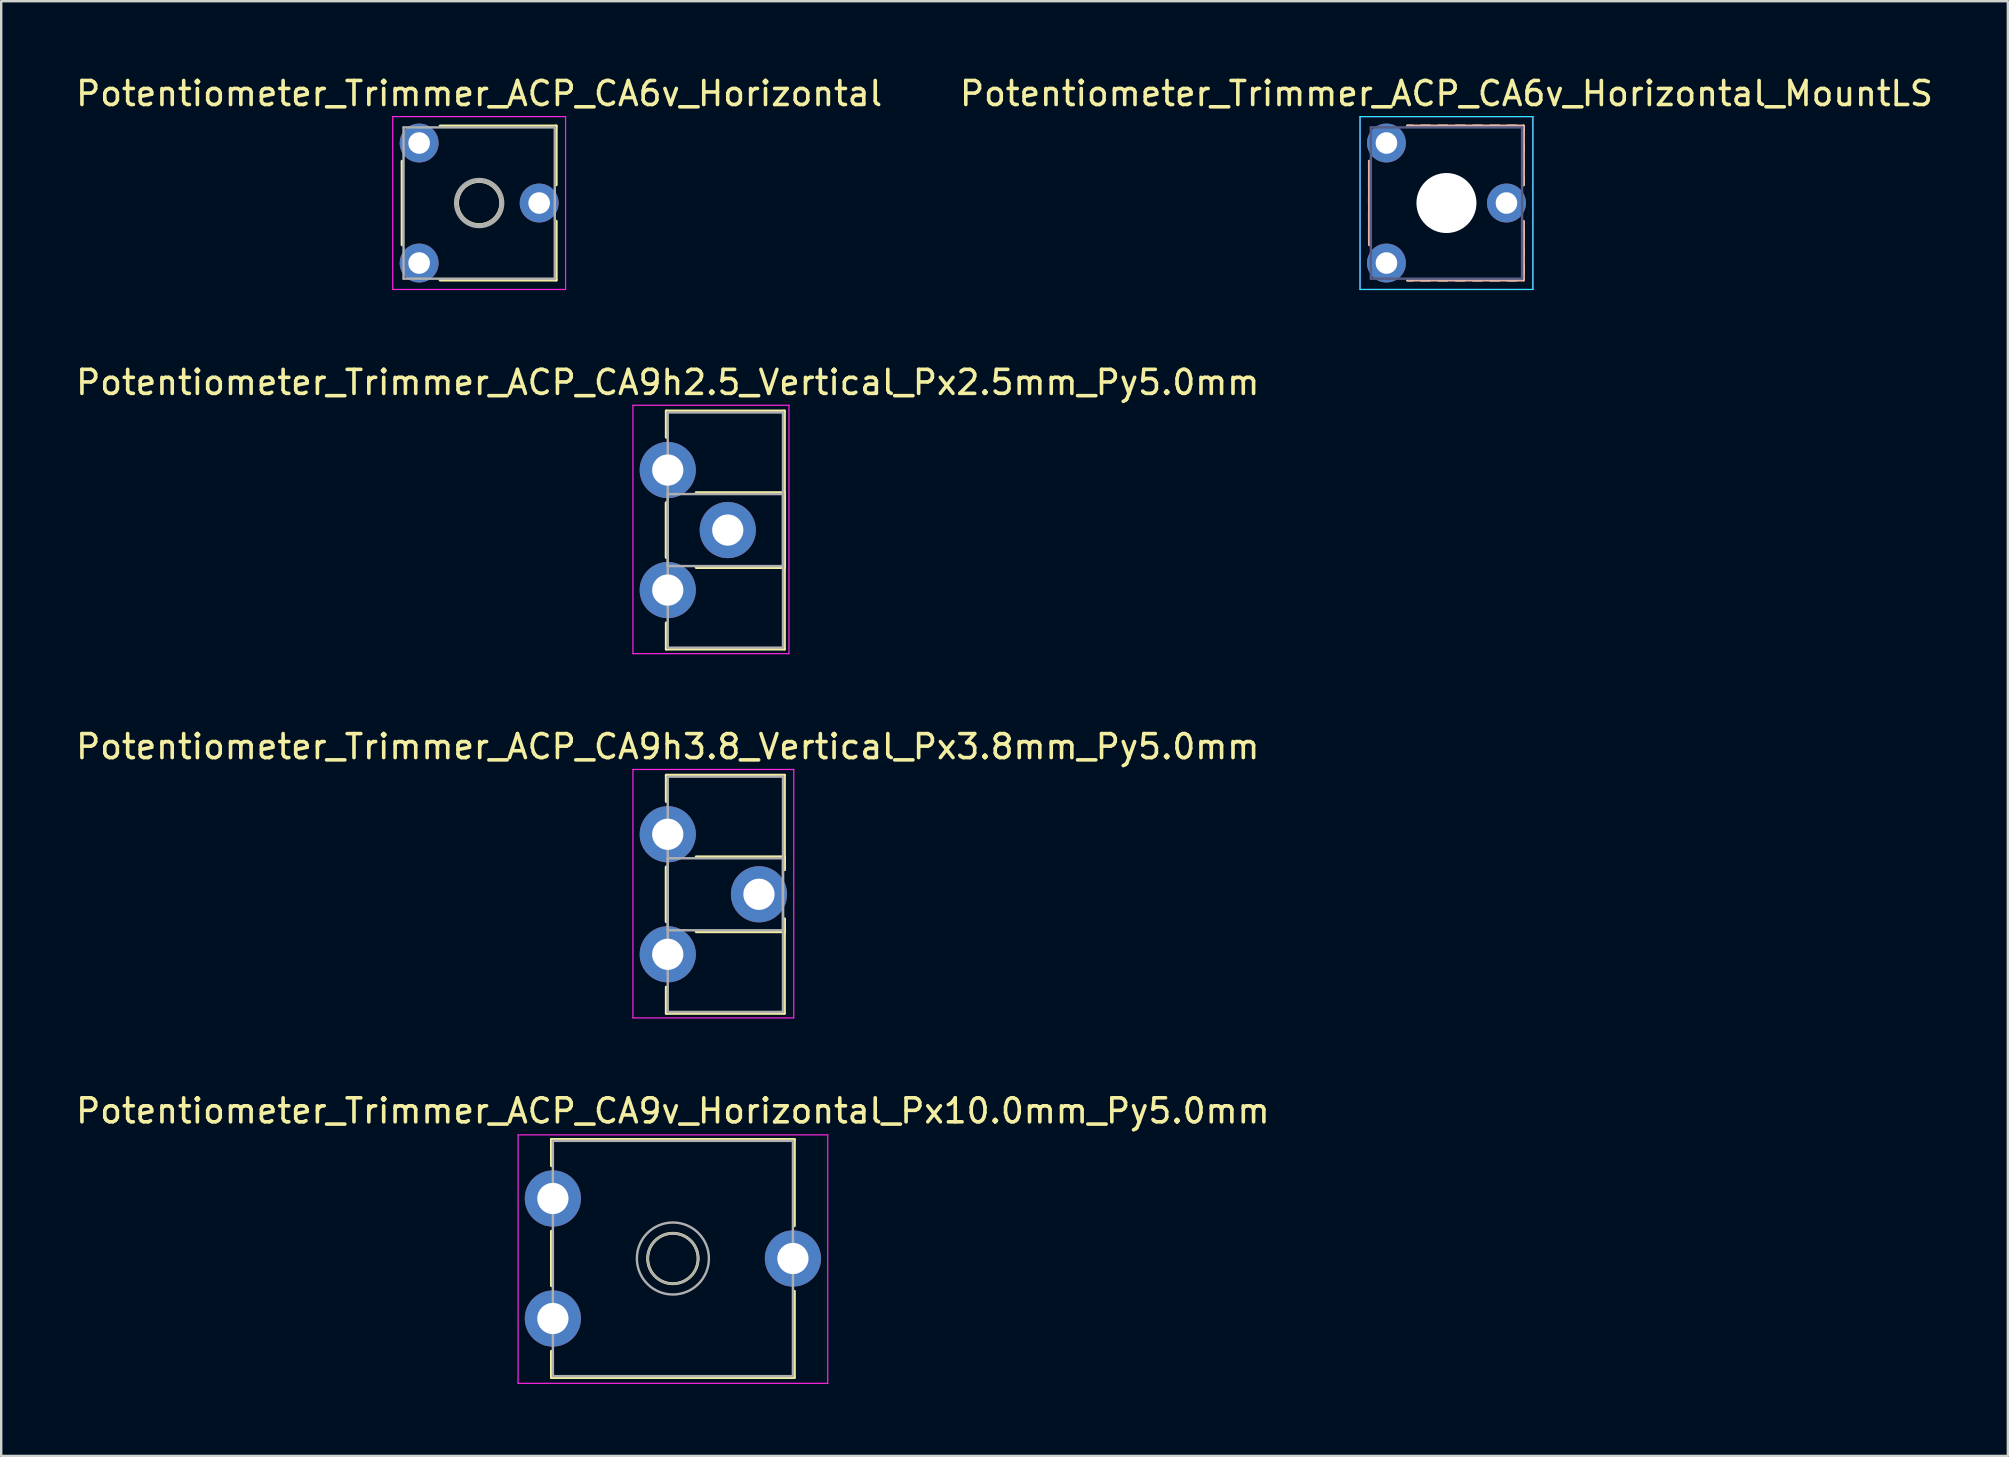
<source format=kicad_pcb>
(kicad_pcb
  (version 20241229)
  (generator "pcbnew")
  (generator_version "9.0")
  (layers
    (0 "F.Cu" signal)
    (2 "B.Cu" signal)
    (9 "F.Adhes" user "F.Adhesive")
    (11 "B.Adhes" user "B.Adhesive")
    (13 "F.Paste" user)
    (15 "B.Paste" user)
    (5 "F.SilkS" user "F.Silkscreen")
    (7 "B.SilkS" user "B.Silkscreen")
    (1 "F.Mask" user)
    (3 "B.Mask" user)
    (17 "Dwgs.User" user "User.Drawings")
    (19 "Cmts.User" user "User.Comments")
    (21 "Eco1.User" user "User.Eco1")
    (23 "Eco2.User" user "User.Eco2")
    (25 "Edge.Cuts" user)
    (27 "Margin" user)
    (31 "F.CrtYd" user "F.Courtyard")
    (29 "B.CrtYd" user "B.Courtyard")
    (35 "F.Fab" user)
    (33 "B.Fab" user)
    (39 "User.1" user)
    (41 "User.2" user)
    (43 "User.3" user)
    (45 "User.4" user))
  (footprint "Potentiometer_Trimmer_ACP_CA9h2.5_Vertical_Px2.5mm_Py5.0mm"
    (layer "F.Cu")
    (at 24.768 16.532)
    (property "Reference" "Potentiometer_Trimmer_ACP_CA9h2.5_Vertical_Px2.5mm_Py5.0mm" (at 0 -3.65 0) (layer "F.SilkS") (effects (font (size 1 1) (thickness 0.15))))
    (attr through_hole)
    (fp_line (start -0.061 -2.461) (end -0.061 -1.365) (stroke (width 0.12) (type solid)) (layer "F.SilkS"))
    (fp_line (start -0.061 -2.461) (end 4.86 -2.461) (stroke (width 0.12) (type solid)) (layer "F.SilkS"))
    (fp_line (start -0.061 1.365) (end -0.061 3.635) (stroke (width 0.12) (type solid)) (layer "F.SilkS"))
    (fp_line (start -0.061 1.365) (end -0.061 3.635) (stroke (width 0.12) (type solid)) (layer "F.SilkS"))
    (fp_line (start -0.061 6.365) (end -0.061 7.46) (stroke (width 0.12) (type solid)) (layer "F.SilkS"))
    (fp_line (start -0.061 7.46) (end 4.86 7.46) (stroke (width 0.12) (type solid)) (layer "F.SilkS"))
    (fp_line (start 1.185 0.94) (end 4.86 0.94) (stroke (width 0.12) (type solid)) (layer "F.SilkS"))
    (fp_line (start 1.185 4.061) (end 4.86 4.061) (stroke (width 0.12) (type solid)) (layer "F.SilkS"))
    (fp_line (start 4.86 -2.461) (end 4.86 7.46) (stroke (width 0.12) (type solid)) (layer "F.SilkS"))
    (fp_line (start 4.86 0.94) (end 4.86 4.061) (stroke (width 0.12) (type solid)) (layer "F.SilkS"))
    (fp_line (start -1.45 -2.7) (end -1.45 7.65) (stroke (width 0.05) (type solid)) (layer "F.CrtYd"))
    (fp_line (start -1.45 7.65) (end 5.05 7.65) (stroke (width 0.05) (type solid)) (layer "F.CrtYd"))
    (fp_line (start 5.05 -2.7) (end -1.45 -2.7) (stroke (width 0.05) (type solid)) (layer "F.CrtYd"))
    (fp_line (start 5.05 7.65) (end 5.05 -2.7) (stroke (width 0.05) (type solid)) (layer "F.CrtYd"))
    (fp_line (start 0 -2.4) (end 4.8 -2.4) (stroke (width 0.1) (type solid)) (layer "F.Fab"))
    (fp_line (start 0 1) (end 0 4) (stroke (width 0.1) (type solid)) (layer "F.Fab"))
    (fp_line (start 0 4) (end 4.8 4) (stroke (width 0.1) (type solid)) (layer "F.Fab"))
    (fp_line (start 0 7.4) (end 0 -2.4) (stroke (width 0.1) (type solid)) (layer "F.Fab"))
    (fp_line (start 4.8 -2.4) (end 4.8 7.4) (stroke (width 0.1) (type solid)) (layer "F.Fab"))
    (fp_line (start 4.8 1) (end 0 1) (stroke (width 0.1) (type solid)) (layer "F.Fab"))
    (fp_line (start 4.8 4) (end 4.8 1) (stroke (width 0.1) (type solid)) (layer "F.Fab"))
    (fp_line (start 4.8 7.4) (end 0 7.4) (stroke (width 0.1) (type solid)) (layer "F.Fab"))
    (pad "1" thru_hole circle (at 0 0) (size 2.34 2.34) (drill 1.3) (layers "*.Cu" "*.Mask"))
    (pad "2" thru_hole circle (at 2.5 2.5) (size 2.34 2.34) (drill 1.3) (layers "*.Cu" "*.Mask"))
    (pad "3" thru_hole circle (at 0 5) (size 2.34 2.34) (drill 1.3) (layers "*.Cu" "*.Mask")))
  (footprint "Potentiometer_Trimmer_ACP_CA9h3.8_Vertical_Px3.8mm_Py5.0mm"
    (layer "F.Cu")
    (at 24.768 31.705)
    (property "Reference" "Potentiometer_Trimmer_ACP_CA9h3.8_Vertical_Px3.8mm_Py5.0mm" (at 0 -3.65 0) (layer "F.SilkS") (effects (font (size 1 1) (thickness 0.15))))
    (attr through_hole)
    (fp_line (start -0.061 -2.461) (end -0.061 -1.365) (stroke (width 0.12) (type solid)) (layer "F.SilkS"))
    (fp_line (start -0.061 -2.461) (end 4.86 -2.461) (stroke (width 0.12) (type solid)) (layer "F.SilkS"))
    (fp_line (start -0.061 1.365) (end -0.061 3.635) (stroke (width 0.12) (type solid)) (layer "F.SilkS"))
    (fp_line (start -0.061 1.365) (end -0.061 3.635) (stroke (width 0.12) (type solid)) (layer "F.SilkS"))
    (fp_line (start -0.061 6.365) (end -0.061 7.46) (stroke (width 0.12) (type solid)) (layer "F.SilkS"))
    (fp_line (start -0.061 7.46) (end 4.86 7.46) (stroke (width 0.12) (type solid)) (layer "F.SilkS"))
    (fp_line (start 1.185 0.94) (end 4.86 0.94) (stroke (width 0.12) (type solid)) (layer "F.SilkS"))
    (fp_line (start 1.185 4.061) (end 4.86 4.061) (stroke (width 0.12) (type solid)) (layer "F.SilkS"))
    (fp_line (start 4.86 -2.461) (end 4.86 1.473) (stroke (width 0.12) (type solid)) (layer "F.SilkS"))
    (fp_line (start 4.86 0.94) (end 4.86 1.473) (stroke (width 0.12) (type solid)) (layer "F.SilkS"))
    (fp_line (start 4.86 3.528) (end 4.86 4.061) (stroke (width 0.12) (type solid)) (layer "F.SilkS"))
    (fp_line (start 4.86 3.528) (end 4.86 7.46) (stroke (width 0.12) (type solid)) (layer "F.SilkS"))
    (fp_line (start -1.45 -2.7) (end -1.45 7.65) (stroke (width 0.05) (type solid)) (layer "F.CrtYd"))
    (fp_line (start -1.45 7.65) (end 5.25 7.65) (stroke (width 0.05) (type solid)) (layer "F.CrtYd"))
    (fp_line (start 5.25 -2.7) (end -1.45 -2.7) (stroke (width 0.05) (type solid)) (layer "F.CrtYd"))
    (fp_line (start 5.25 7.65) (end 5.25 -2.7) (stroke (width 0.05) (type solid)) (layer "F.CrtYd"))
    (fp_line (start 0 -2.4) (end 4.8 -2.4) (stroke (width 0.1) (type solid)) (layer "F.Fab"))
    (fp_line (start 0 1) (end 0 4) (stroke (width 0.1) (type solid)) (layer "F.Fab"))
    (fp_line (start 0 4) (end 4.8 4) (stroke (width 0.1) (type solid)) (layer "F.Fab"))
    (fp_line (start 0 7.4) (end 0 -2.4) (stroke (width 0.1) (type solid)) (layer "F.Fab"))
    (fp_line (start 4.8 -2.4) (end 4.8 7.4) (stroke (width 0.1) (type solid)) (layer "F.Fab"))
    (fp_line (start 4.8 1) (end 0 1) (stroke (width 0.1) (type solid)) (layer "F.Fab"))
    (fp_line (start 4.8 4) (end 4.8 1) (stroke (width 0.1) (type solid)) (layer "F.Fab"))
    (fp_line (start 4.8 7.4) (end 0 7.4) (stroke (width 0.1) (type solid)) (layer "F.Fab"))
    (pad "1" thru_hole circle (at 0 0) (size 2.34 2.34) (drill 1.3) (layers "*.Cu" "*.Mask"))
    (pad "2" thru_hole circle (at 3.8 2.5) (size 2.34 2.34) (drill 1.3) (layers "*.Cu" "*.Mask"))
    (pad "3" thru_hole circle (at 0 5) (size 2.34 2.34) (drill 1.3) (layers "*.Cu" "*.Mask")))
  (footprint "Potentiometer_Trimmer_ACP_CA9v_Horizontal_Px10.0mm_Py5.0mm"
    (layer "F.Cu")
    (at 19.982 51.878)
    (property "Reference" "Potentiometer_Trimmer_ACP_CA9v_Horizontal_Px10.0mm_Py5.0mm" (at 5 -8.65 0) (layer "F.SilkS") (effects (font (size 1 1) (thickness 0.15))))
    (attr through_hole)
    (fp_line (start -0.06 -7.461) (end -0.06 -6.365) (stroke (width 0.12) (type solid)) (layer "F.SilkS"))
    (fp_line (start -0.06 -7.461) (end 10.06 -7.461) (stroke (width 0.12) (type solid)) (layer "F.SilkS"))
    (fp_line (start -0.06 -3.635) (end -0.06 -1.365) (stroke (width 0.12) (type solid)) (layer "F.SilkS"))
    (fp_line (start -0.06 1.365) (end -0.06 2.46) (stroke (width 0.12) (type solid)) (layer "F.SilkS"))
    (fp_line (start -0.06 2.46) (end 10.06 2.46) (stroke (width 0.12) (type solid)) (layer "F.SilkS"))
    (fp_line (start 10.06 -7.461) (end 10.06 -3.865) (stroke (width 0.12) (type solid)) (layer "F.SilkS"))
    (fp_line (start 10.06 -1.135) (end 10.06 2.46) (stroke (width 0.12) (type solid)) (layer "F.SilkS"))
    (fp_circle (center 5 -2.5) (end 6.05 -2.5) (stroke (width 0.12) (type solid)) (fill no) (layer "F.SilkS"))
    (fp_line (start -1.45 -7.65) (end -1.45 2.7) (stroke (width 0.05) (type solid)) (layer "F.CrtYd"))
    (fp_line (start -1.45 2.7) (end 11.45 2.7) (stroke (width 0.05) (type solid)) (layer "F.CrtYd"))
    (fp_line (start 11.45 -7.65) (end -1.45 -7.65) (stroke (width 0.05) (type solid)) (layer "F.CrtYd"))
    (fp_line (start 11.45 2.7) (end 11.45 -7.65) (stroke (width 0.05) (type solid)) (layer "F.CrtYd"))
    (fp_line (start 0 -7.4) (end 0 2.4) (stroke (width 0.1) (type solid)) (layer "F.Fab"))
    (fp_line (start 0 2.4) (end 10 2.4) (stroke (width 0.1) (type solid)) (layer "F.Fab"))
    (fp_line (start 10 -7.4) (end 0 -7.4) (stroke (width 0.1) (type solid)) (layer "F.Fab"))
    (fp_line (start 10 2.4) (end 10 -7.4) (stroke (width 0.1) (type solid)) (layer "F.Fab"))
    (fp_circle (center 5 -2.5) (end 6.05 -2.5) (stroke (width 0.1) (type solid)) (fill no) (layer "F.Fab"))
    (fp_circle (center 5 -2.5) (end 6.5 -2.5) (stroke (width 0.1) (type solid)) (fill no) (layer "F.Fab"))
    (pad "1" thru_hole circle (at 0 0) (size 2.34 2.34) (drill 1.3) (layers "*.Cu" "*.Mask"))
    (pad "2" thru_hole circle (at 10 -2.5) (size 2.34 2.34) (drill 1.3) (layers "*.Cu" "*.Mask"))
    (pad "3" thru_hole circle (at 0 -5) (size 2.34 2.34) (drill 1.3) (layers "*.Cu" "*.Mask")))
  (footprint "Potentiometer_Trimmer_ACP_CA6v_Horizontal"
    (layer "F.Cu")
    (at 14.411 7.908)
    (property "Reference" "Potentiometer_Trimmer_ACP_CA6v_Horizontal" (at 2.5 -7.06 0) (layer "F.SilkS") (effects (font (size 1 1) (thickness 0.15))))
    (attr through_hole)
    (fp_line (start -0.71 -4.242) (end -0.71 -0.757) (stroke (width 0.12) (type solid)) (layer "F.SilkS"))
    (fp_line (start 0.873 -5.71) (end 5.71 -5.71) (stroke (width 0.12) (type solid)) (layer "F.SilkS"))
    (fp_line (start 0.873 0.71) (end 5.71 0.71) (stroke (width 0.12) (type solid)) (layer "F.SilkS"))
    (fp_line (start 5.71 -5.71) (end 5.71 -3.257) (stroke (width 0.12) (type solid)) (layer "F.SilkS"))
    (fp_line (start 5.71 -1.742) (end 5.71 0.71) (stroke (width 0.12) (type solid)) (layer "F.SilkS"))
    (fp_circle (center 2.5 -2.5) (end 3.4 -2.5) (stroke (width 0.12) (type solid)) (fill no) (layer "F.SilkS"))
    (fp_line (start -1.1 -6.1) (end -1.1 1.1) (stroke (width 0.05) (type solid)) (layer "F.CrtYd"))
    (fp_line (start -1.1 1.1) (end 6.1 1.1) (stroke (width 0.05) (type solid)) (layer "F.CrtYd"))
    (fp_line (start 6.1 -6.1) (end -1.1 -6.1) (stroke (width 0.05) (type solid)) (layer "F.CrtYd"))
    (fp_line (start 6.1 1.1) (end 6.1 -6.1) (stroke (width 0.05) (type solid)) (layer "F.CrtYd"))
    (fp_line (start -0.65 -5.65) (end -0.65 0.65) (stroke (width 0.1) (type solid)) (layer "F.Fab"))
    (fp_line (start -0.65 0.65) (end 5.65 0.65) (stroke (width 0.1) (type solid)) (layer "F.Fab"))
    (fp_line (start 5.65 -5.65) (end -0.65 -5.65) (stroke (width 0.1) (type solid)) (layer "F.Fab"))
    (fp_line (start 5.65 0.65) (end 5.65 -5.65) (stroke (width 0.1) (type solid)) (layer "F.Fab"))
    (fp_circle (center 2.5 -2.5) (end 3.4 -2.5) (stroke (width 0.1) (type solid)) (fill no) (layer "F.Fab"))
    (fp_circle (center 2.5 -2.5) (end 3.5 -2.5) (stroke (width 0.1) (type solid)) (fill no) (layer "F.Fab"))
    (pad "1" thru_hole circle (at 0 0) (size 1.62 1.62) (drill 0.9) (layers "*.Cu" "*.Mask"))
    (pad "2" thru_hole circle (at 5 -2.5) (size 1.62 1.62) (drill 0.9) (layers "*.Cu" "*.Mask"))
    (pad "3" thru_hole circle (at 0 -5) (size 1.62 1.62) (drill 0.9) (layers "*.Cu" "*.Mask")))
  (footprint "Potentiometer_Trimmer_ACP_CA6v_Horizontal_MountLS"
    (layer "F.Cu")
    (at 54.708 7.908)
    (property "Reference" "Potentiometer_Trimmer_ACP_CA6v_Horizontal_MountLS" (at 2.5 -7.06 0) (layer "F.SilkS") (effects (font (size 1 1) (thickness 0.15))))
    (attr through_hole)
    (fp_line (start -0.71 -4.242) (end -0.71 -3.91) (stroke (width 0.12) (type solid)) (layer "F.SilkS"))
    (fp_line (start -0.71 -3.55) (end -0.71 -3.19) (stroke (width 0.12) (type solid)) (layer "F.SilkS"))
    (fp_line (start -0.71 -2.83) (end -0.71 -2.47) (stroke (width 0.12) (type solid)) (layer "F.SilkS"))
    (fp_line (start -0.71 -2.11) (end -0.71 -1.75) (stroke (width 0.12) (type solid)) (layer "F.SilkS"))
    (fp_line (start -0.71 -1.39) (end -0.71 -1.03) (stroke (width 0.12) (type solid)) (layer "F.SilkS"))
    (fp_line (start 0.873 -5.71) (end 1.09 -5.71) (stroke (width 0.12) (type solid)) (layer "F.SilkS"))
    (fp_line (start 0.873 0.71) (end 1.09 0.71) (stroke (width 0.12) (type solid)) (layer "F.SilkS"))
    (fp_line (start 1.45 -5.71) (end 1.81 -5.71) (stroke (width 0.12) (type solid)) (layer "F.SilkS"))
    (fp_line (start 1.45 0.71) (end 1.81 0.71) (stroke (width 0.12) (type solid)) (layer "F.SilkS"))
    (fp_line (start 2.17 -5.71) (end 2.53 -5.71) (stroke (width 0.12) (type solid)) (layer "F.SilkS"))
    (fp_line (start 2.17 0.71) (end 2.53 0.71) (stroke (width 0.12) (type solid)) (layer "F.SilkS"))
    (fp_line (start 2.89 -5.71) (end 3.25 -5.71) (stroke (width 0.12) (type solid)) (layer "F.SilkS"))
    (fp_line (start 2.89 0.71) (end 3.25 0.71) (stroke (width 0.12) (type solid)) (layer "F.SilkS"))
    (fp_line (start 3.61 -5.71) (end 3.97 -5.71) (stroke (width 0.12) (type solid)) (layer "F.SilkS"))
    (fp_line (start 3.61 0.71) (end 3.97 0.71) (stroke (width 0.12) (type solid)) (layer "F.SilkS"))
    (fp_line (start 4.33 -5.71) (end 4.69 -5.71) (stroke (width 0.12) (type solid)) (layer "F.SilkS"))
    (fp_line (start 4.33 0.71) (end 4.69 0.71) (stroke (width 0.12) (type solid)) (layer "F.SilkS"))
    (fp_line (start 5.05 -5.71) (end 5.41 -5.71) (stroke (width 0.12) (type solid)) (layer "F.SilkS"))
    (fp_line (start 5.05 0.71) (end 5.41 0.71) (stroke (width 0.12) (type solid)) (layer "F.SilkS"))
    (fp_line (start 5.71 -5.71) (end 5.71 -5.35) (stroke (width 0.12) (type solid)) (layer "F.SilkS"))
    (fp_line (start 5.71 -4.989) (end 5.71 -4.63) (stroke (width 0.12) (type solid)) (layer "F.SilkS"))
    (fp_line (start 5.71 -4.27) (end 5.71 -3.91) (stroke (width 0.12) (type solid)) (layer "F.SilkS"))
    (fp_line (start 5.71 -3.55) (end 5.71 -3.257) (stroke (width 0.12) (type solid)) (layer "F.SilkS"))
    (fp_line (start 5.71 -1.39) (end 5.71 -1.03) (stroke (width 0.12) (type solid)) (layer "F.SilkS"))
    (fp_line (start 5.71 -0.67) (end 5.71 -0.31) (stroke (width 0.12) (type solid)) (layer "F.SilkS"))
    (fp_line (start 5.71 0.05) (end 5.71 0.41) (stroke (width 0.12) (type solid)) (layer "F.SilkS"))
    (fp_line (start -0.71 -4.242) (end -0.71 -0.757) (stroke (width 0.12) (type solid)) (layer "B.SilkS"))
    (fp_line (start 0.873 -5.71) (end 5.71 -5.71) (stroke (width 0.12) (type solid)) (layer "B.SilkS"))
    (fp_line (start 0.873 0.71) (end 5.71 0.71) (stroke (width 0.12) (type solid)) (layer "B.SilkS"))
    (fp_line (start 5.71 -5.71) (end 5.71 -3.257) (stroke (width 0.12) (type solid)) (layer "B.SilkS"))
    (fp_line (start 5.71 -1.742) (end 5.71 0.71) (stroke (width 0.12) (type solid)) (layer "B.SilkS"))
    (fp_line (start -1.1 -6.1) (end -1.1 1.1) (stroke (width 0.05) (type solid)) (layer "B.CrtYd"))
    (fp_line (start -1.1 1.1) (end 6.1 1.1) (stroke (width 0.05) (type solid)) (layer "B.CrtYd"))
    (fp_line (start 6.1 -6.1) (end -1.1 -6.1) (stroke (width 0.05) (type solid)) (layer "B.CrtYd"))
    (fp_line (start 6.1 1.1) (end 6.1 -6.1) (stroke (width 0.05) (type solid)) (layer "B.CrtYd"))
    (fp_line (start -1.1 -6.1) (end -1.1 1.1) (stroke (width 0.05) (type solid)) (layer "F.CrtYd"))
    (fp_line (start -1.1 1.1) (end 6.1 1.1) (stroke (width 0.05) (type solid)) (layer "F.CrtYd"))
    (fp_line (start 6.1 -6.1) (end -1.1 -6.1) (stroke (width 0.05) (type solid)) (layer "F.CrtYd"))
    (fp_line (start 6.1 1.1) (end 6.1 -6.1) (stroke (width 0.05) (type solid)) (layer "F.CrtYd"))
    (fp_line (start -0.65 -5.65) (end -0.65 0.65) (stroke (width 0.1) (type solid)) (layer "B.Fab"))
    (fp_line (start -0.65 0.65) (end 5.65 0.65) (stroke (width 0.1) (type solid)) (layer "B.Fab"))
    (fp_line (start 5.65 -5.65) (end -0.65 -5.65) (stroke (width 0.1) (type solid)) (layer "B.Fab"))
    (fp_line (start 5.65 0.65) (end 5.65 -5.65) (stroke (width 0.1) (type solid)) (layer "B.Fab"))
    (fp_circle (center 2.5 -2.5) (end 3.4 -2.5) (stroke (width 0.1) (type solid)) (fill no) (layer "B.Fab"))
    (fp_circle (center 2.5 -2.5) (end 3.5 -2.5) (stroke (width 0.1) (type solid)) (fill no) (layer "B.Fab"))
    (pad "" np_thru_hole circle (at 2.5 -2.5) (size 2.5 2.5) (drill 2.5) (layers "*.Cu" "*.Mask"))
    (pad "1" thru_hole circle (at 0 0) (size 1.62 1.62) (drill 0.9) (layers "*.Cu" "*.Mask"))
    (pad "2" thru_hole circle (at 5 -2.5) (size 1.62 1.62) (drill 0.9) (layers "*.Cu" "*.Mask"))
    (pad "3" thru_hole circle (at 0 -5) (size 1.62 1.62) (drill 0.9) (layers "*.Cu" "*.Mask")))
  (gr_rect
    (start -3 -3)
    (end 80.595 57.603)
    (stroke (width 0.1) (type default))
    (fill no)
    (layer "Edge.Cuts")))
</source>
